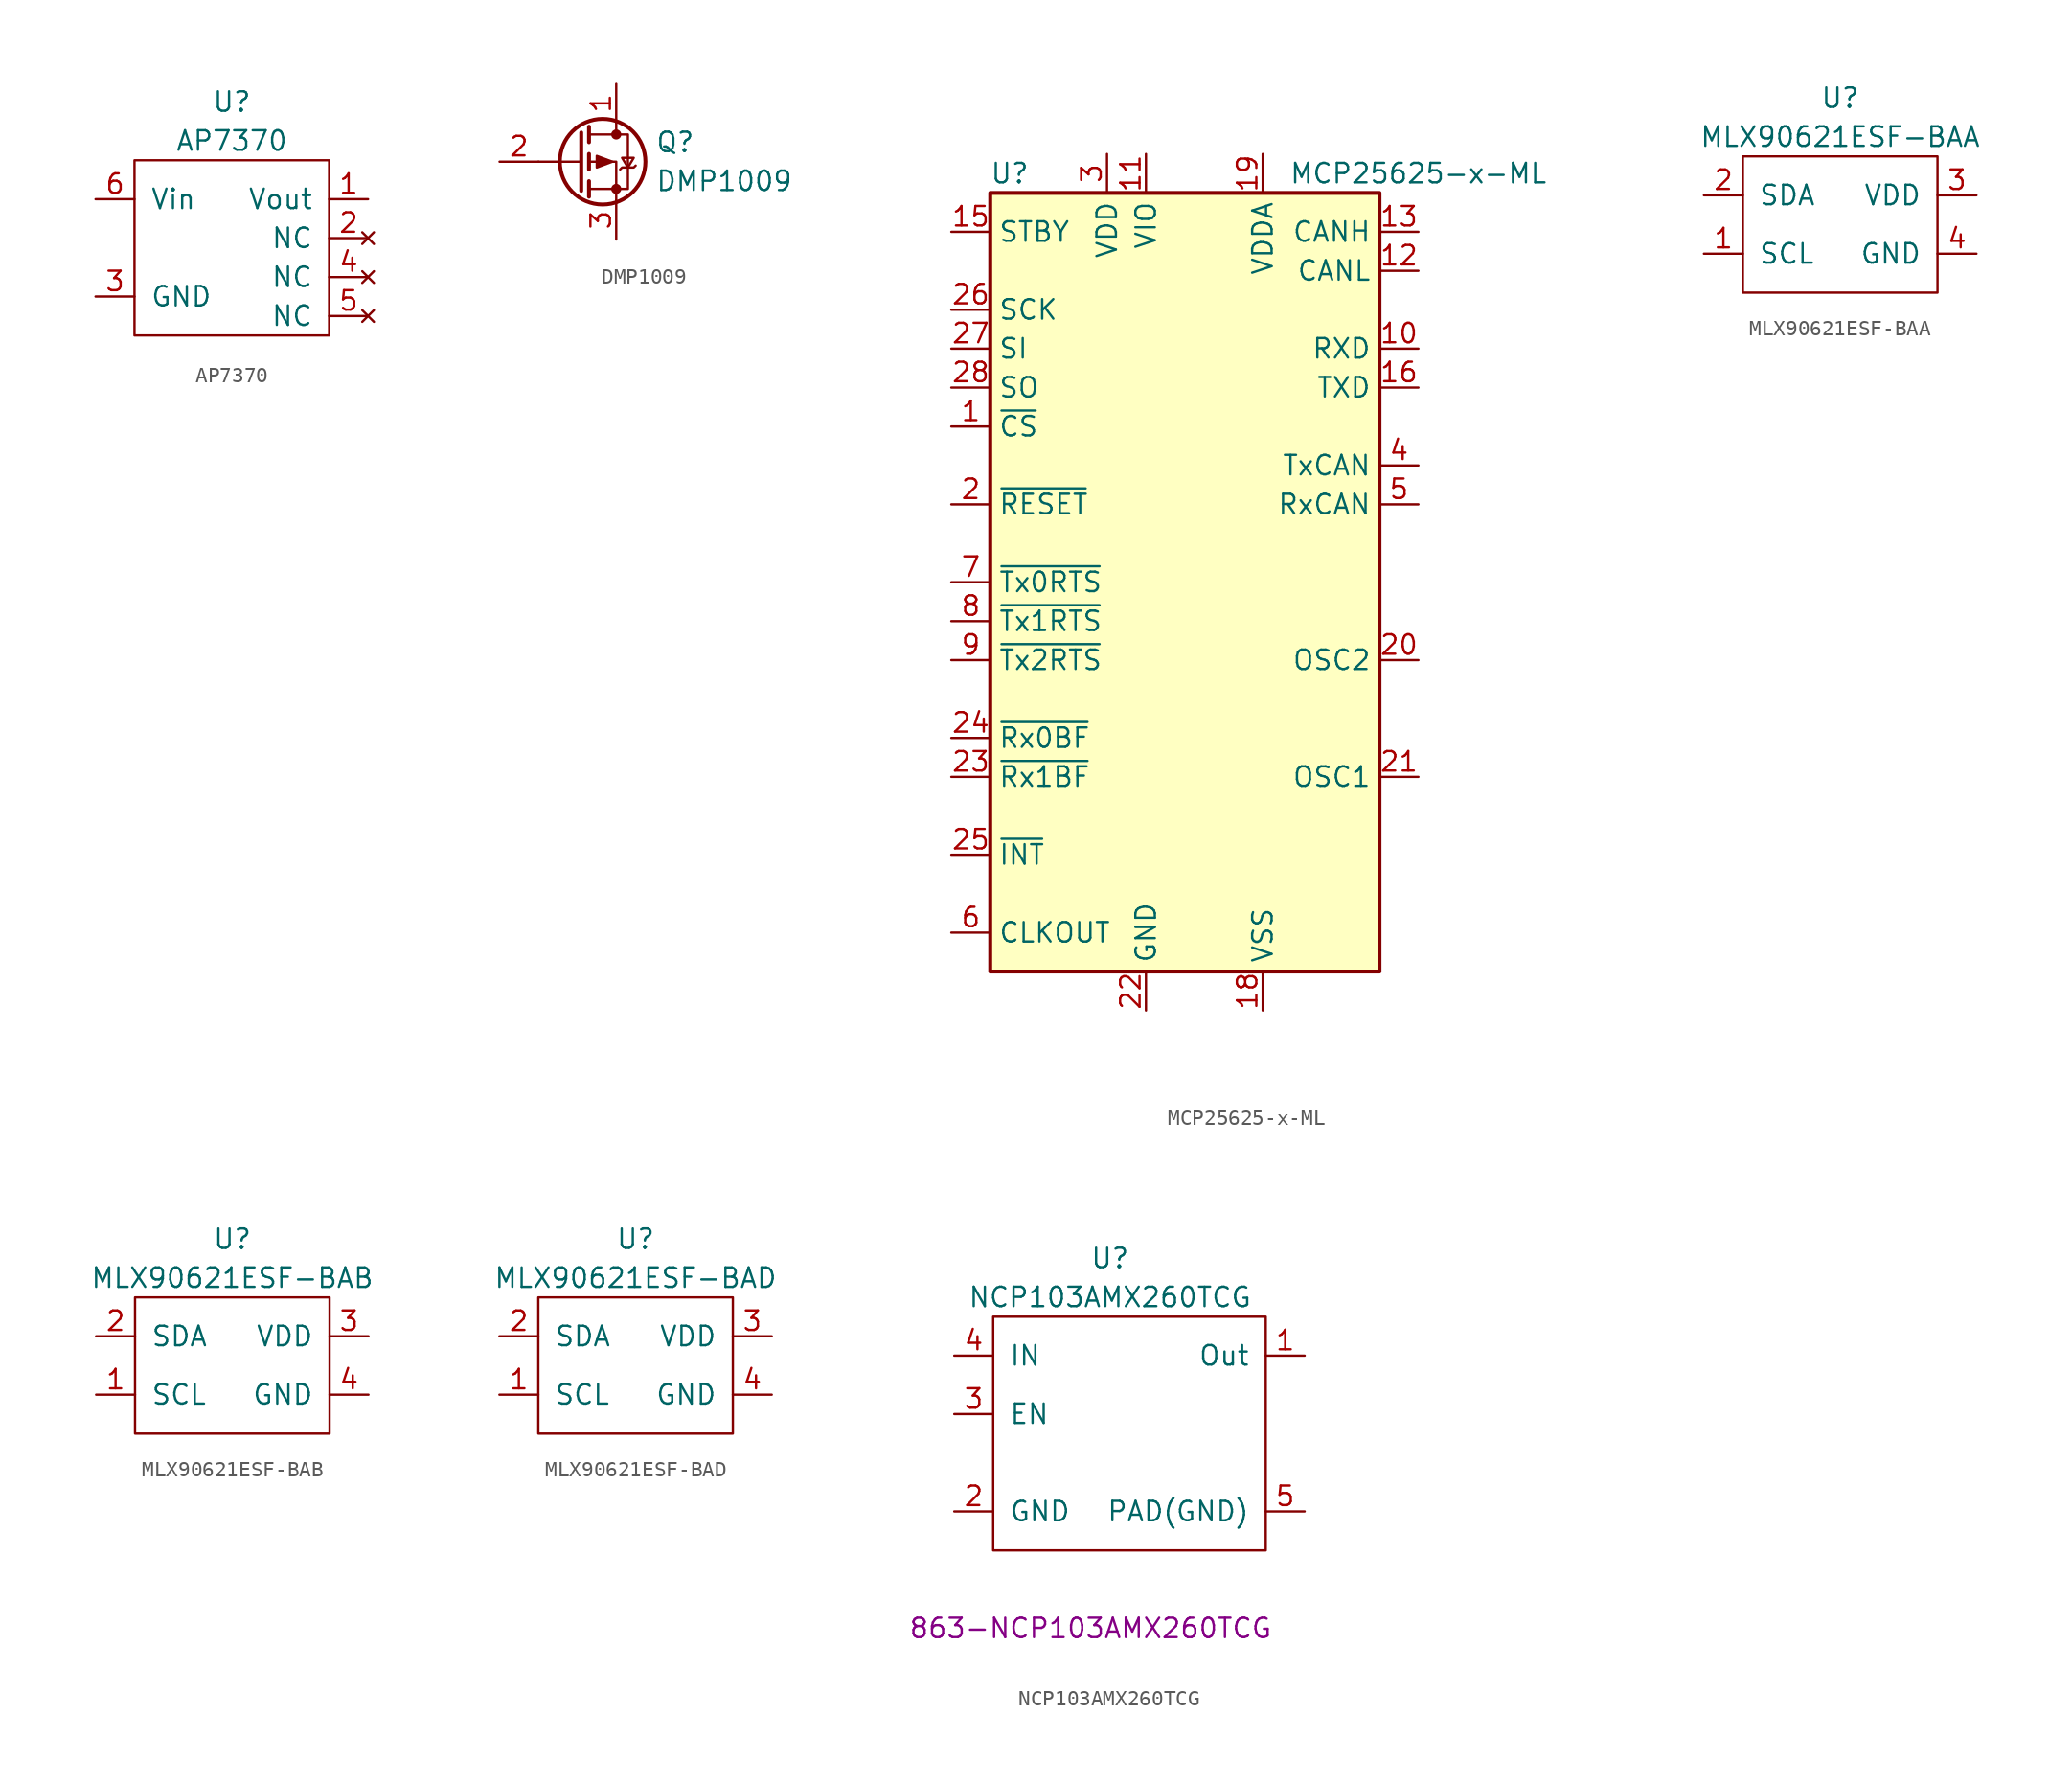
<source format=kicad_sym>
(kicad_symbol_lib
  (version 20231120)
  (generator "kicad_symbol_editor")
  (generator_version "8.0")
  (symbol "AP7370"
    (pin_names
      (offset 1.016))
    (property "Reference" "U"
      (at 0 10.16 0)
      (effects (font (size 1.27 1.27))))
    (property "Value" "AP7370"
      (at 0 7.62 0)
      (effects (font (size 1.27 1.27))))
    (symbol "AP7370_0_1"
      (rectangle (start -6.35 6.35) (end 6.35 -5.08) (stroke (width 0) (type default)) (fill (type none))))
    (symbol "AP7370_1_1"
      (pin power_out line (at 8.89 3.81 180) (length 2.54) (name "Vout" (effects (font (size 1.27 1.27)))) (number "1" (effects (font (size 1.27 1.27)))))
      (pin no_connect line (at 8.89 1.27 180) (length 2.54) (name "NC" (effects (font (size 1.27 1.27)))) (number "2" (effects (font (size 1.27 1.27)))))
      (pin power_in line (at -8.89 -2.54 0) (length 2.54) (name "GND" (effects (font (size 1.27 1.27)))) (number "3" (effects (font (size 1.27 1.27)))))
      (pin no_connect line (at 8.89 -1.27 180) (length 2.54) (name "NC" (effects (font (size 1.27 1.27)))) (number "4" (effects (font (size 1.27 1.27)))))
      (pin no_connect line (at 8.89 -3.81 180) (length 2.54) (name "NC" (effects (font (size 1.27 1.27)))) (number "5" (effects (font (size 1.27 1.27)))))
      (pin power_in line (at -8.89 3.81 0) (length 2.54) (name "Vin" (effects (font (size 1.27 1.27)))) (number "6" (effects (font (size 1.27 1.27)))))))
  (symbol "DMP1009"
    (pin_names
      (offset 0) hide)
    (property "Reference" "Q"
      (at 5.08 1.27 0)
      (effects (font (size 1.27 1.27)) (justify left)))
    (property "Value" "DMP1009"
      (at 5.08 -1.27 0)
      (effects (font (size 1.27 1.27)) (justify left)))
    (symbol "DMP1009_0_1"
      (polyline (pts (xy 0.254 0) (xy -2.54 0)) (stroke (width 0) (type default)) (fill (type none)))
      (polyline (pts (xy 0.254 1.905) (xy 0.254 -1.905)) (stroke (width 0.254) (type default)) (fill (type none)))
      (polyline (pts (xy 0.762 -1.27) (xy 0.762 -2.286)) (stroke (width 0.254) (type default)) (fill (type none)))
      (polyline (pts (xy 0.762 0.508) (xy 0.762 -0.508)) (stroke (width 0.254) (type default)) (fill (type none)))
      (polyline (pts (xy 0.762 2.286) (xy 0.762 1.27)) (stroke (width 0.254) (type default)) (fill (type none)))
      (polyline (pts (xy 2.54 2.54) (xy 2.54 1.778)) (stroke (width 0) (type default)) (fill (type none)))
      (polyline (pts (xy 2.54 -2.54) (xy 2.54 0) (xy 0.762 0)) (stroke (width 0) (type default)) (fill (type none)))
      (polyline (pts (xy 0.762 1.778) (xy 3.302 1.778) (xy 3.302 -1.778) (xy 0.762 -1.778)) (stroke (width 0) (type default)) (fill (type none)))
      (polyline (pts (xy 2.286 0) (xy 1.27 0.381) (xy 1.27 -0.381) (xy 2.286 0)) (stroke (width 0) (type default)) (fill (type outline)))
      (polyline (pts (xy 2.794 -0.508) (xy 2.921 -0.381) (xy 3.683 -0.381) (xy 3.81 -0.254)) (stroke (width 0) (type default)) (fill (type none)))
      (polyline (pts (xy 3.302 -0.381) (xy 2.921 0.254) (xy 3.683 0.254) (xy 3.302 -0.381)) (stroke (width 0) (type default)) (fill (type none)))
      (circle (center 1.651 0) (radius 2.794) (stroke (width 0.254) (type default)) (fill (type none)))
      (circle (center 2.54 -1.778) (radius 0.254) (stroke (width 0) (type default)) (fill (type outline)))
      (circle (center 2.54 1.778) (radius 0.254) (stroke (width 0) (type default)) (fill (type outline))))
    (symbol "DMP1009_1_1"
      (pin passive line (at 2.54 5.08 270) (length 2.54) (name "D" (effects (font (size 1.27 1.27)))) (number "1" (effects (font (size 1.27 1.27)))))
      (pin input line (at -5.08 0 0) (length 2.54) (name "G" (effects (font (size 1.27 1.27)))) (number "2" (effects (font (size 1.27 1.27)))))
      (pin passive line (at 2.54 -5.08 90) (length 2.54) (name "S" (effects (font (size 1.27 1.27)))) (number "3" (effects (font (size 1.27 1.27)))))))
  (symbol "MCP25625-x-ML"
    (property "Reference" "U"
      (at -11.43 26.67 0)
      (effects (font (size 1.27 1.27))))
    (property "Value" "MCP25625-x-ML"
      (at 15.24 26.67 0)
      (effects (font (size 1.27 1.27))))
    (symbol "MCP25625-x-ML_0_1"
      (rectangle (start -12.7 25.4) (end 12.7 -25.4) (stroke (width 0.254) (type default)) (fill (type background))))
    (symbol "MCP25625-x-ML_1_1"
      (pin input line (at -15.24 10.16 0) (length 2.54) (name "~{CS}" (effects (font (size 1.27 1.27)))) (number "1" (effects (font (size 1.27 1.27)))))
      (pin output line (at 15.24 15.24 180) (length 2.54) (name "RXD" (effects (font (size 1.27 1.27)))) (number "10" (effects (font (size 1.27 1.27)))))
      (pin power_in line (at -2.54 27.94 270) (length 2.54) (name "VIO" (effects (font (size 1.27 1.27)))) (number "11" (effects (font (size 1.27 1.27)))))
      (pin bidirectional line (at 15.24 20.32 180) (length 2.54) (name "CANL" (effects (font (size 1.27 1.27)))) (number "12" (effects (font (size 1.27 1.27)))))
      (pin bidirectional line (at 15.24 22.86 180) (length 2.54) (name "CANH" (effects (font (size 1.27 1.27)))) (number "13" (effects (font (size 1.27 1.27)))))
      (pin no_connect line (at 12.7 -17.78 180) (length 2.54) hide (name "NC" (effects (font (size 1.27 1.27)))) (number "14" (effects (font (size 1.27 1.27)))))
      (pin input line (at -15.24 22.86 0) (length 2.54) (name "STBY" (effects (font (size 1.27 1.27)))) (number "15" (effects (font (size 1.27 1.27)))))
      (pin input line (at 15.24 12.7 180) (length 2.54) (name "TXD" (effects (font (size 1.27 1.27)))) (number "16" (effects (font (size 1.27 1.27)))))
      (pin no_connect line (at 12.7 -15.24 180) (length 2.54) hide (name "NC" (effects (font (size 1.27 1.27)))) (number "17" (effects (font (size 1.27 1.27)))))
      (pin power_in line (at 5.08 -27.94 90) (length 2.54) (name "VSS" (effects (font (size 1.27 1.27)))) (number "18" (effects (font (size 1.27 1.27)))))
      (pin power_in line (at 5.08 27.94 270) (length 2.54) (name "VDDA" (effects (font (size 1.27 1.27)))) (number "19" (effects (font (size 1.27 1.27)))))
      (pin input line (at -15.24 5.08 0) (length 2.54) (name "~{RESET}" (effects (font (size 1.27 1.27)))) (number "2" (effects (font (size 1.27 1.27)))))
      (pin output line (at 15.24 -5.08 180) (length 2.54) (name "OSC2" (effects (font (size 1.27 1.27)))) (number "20" (effects (font (size 1.27 1.27)))))
      (pin input line (at 15.24 -12.7 180) (length 2.54) (name "OSC1" (effects (font (size 1.27 1.27)))) (number "21" (effects (font (size 1.27 1.27)))))
      (pin power_in line (at -2.54 -27.94 90) (length 2.54) (name "GND" (effects (font (size 1.27 1.27)))) (number "22" (effects (font (size 1.27 1.27)))))
      (pin output line (at -15.24 -12.7 0) (length 2.54) (name "~{Rx1BF}" (effects (font (size 1.27 1.27)))) (number "23" (effects (font (size 1.27 1.27)))))
      (pin output line (at -15.24 -10.16 0) (length 2.54) (name "~{Rx0BF}" (effects (font (size 1.27 1.27)))) (number "24" (effects (font (size 1.27 1.27)))))
      (pin output line (at -15.24 -17.78 0) (length 2.54) (name "~{INT}" (effects (font (size 1.27 1.27)))) (number "25" (effects (font (size 1.27 1.27)))))
      (pin input line (at -15.24 17.78 0) (length 2.54) (name "SCK" (effects (font (size 1.27 1.27)))) (number "26" (effects (font (size 1.27 1.27)))))
      (pin input line (at -15.24 15.24 0) (length 2.54) (name "SI" (effects (font (size 1.27 1.27)))) (number "27" (effects (font (size 1.27 1.27)))))
      (pin output line (at -15.24 12.7 0) (length 2.54) (name "SO" (effects (font (size 1.27 1.27)))) (number "28" (effects (font (size 1.27 1.27)))))
      (pin power_in line (at -5.08 27.94 270) (length 2.54) (name "VDD" (effects (font (size 1.27 1.27)))) (number "3" (effects (font (size 1.27 1.27)))))
      (pin output line (at 15.24 7.62 180) (length 2.54) (name "TxCAN" (effects (font (size 1.27 1.27)))) (number "4" (effects (font (size 1.27 1.27)))))
      (pin input line (at 15.24 5.08 180) (length 2.54) (name "RxCAN" (effects (font (size 1.27 1.27)))) (number "5" (effects (font (size 1.27 1.27)))))
      (pin output line (at -15.24 -22.86 0) (length 2.54) (name "CLKOUT" (effects (font (size 1.27 1.27)))) (number "6" (effects (font (size 1.27 1.27)))))
      (pin input line (at -15.24 0 0) (length 2.54) (name "~{Tx0RTS}" (effects (font (size 1.27 1.27)))) (number "7" (effects (font (size 1.27 1.27)))))
      (pin input line (at -15.24 -2.54 0) (length 2.54) (name "~{Tx1RTS}" (effects (font (size 1.27 1.27)))) (number "8" (effects (font (size 1.27 1.27)))))
      (pin input line (at -15.24 -5.08 0) (length 2.54) (name "~{Tx2RTS}" (effects (font (size 1.27 1.27)))) (number "9" (effects (font (size 1.27 1.27)))))))
  (symbol "MLX90621ESF-BAA"
    (pin_names
      (offset 1.016))
    (property "Reference" "U"
      (at 0 8.89 0)
      (effects (font (size 1.27 1.27))))
    (property "Value" "MLX90621ESF-BAA"
      (at 0 6.35 0)
      (effects (font (size 1.27 1.27))))
    (symbol "MLX90621ESF-BAA_0_1"
      (rectangle (start -6.35 5.08) (end 6.35 -3.81) (stroke (width 0) (type default)) (fill (type none))))
    (symbol "MLX90621ESF-BAA_1_1"
      (pin input line (at -8.89 -1.27 0) (length 2.54) (name "SCL" (effects (font (size 1.27 1.27)))) (number "1" (effects (font (size 1.27 1.27)))))
      (pin input line (at -8.89 2.54 0) (length 2.54) (name "SDA" (effects (font (size 1.27 1.27)))) (number "2" (effects (font (size 1.27 1.27)))))
      (pin power_in line (at 8.89 2.54 180) (length 2.54) (name "VDD" (effects (font (size 1.27 1.27)))) (number "3" (effects (font (size 1.27 1.27)))))
      (pin power_in line (at 8.89 -1.27 180) (length 2.54) (name "GND" (effects (font (size 1.27 1.27)))) (number "4" (effects (font (size 1.27 1.27)))))))
  (symbol "MLX90621ESF-BAB"
    (pin_names
      (offset 1.016))
    (property "Reference" "U"
      (at 0 8.89 0)
      (effects (font (size 1.27 1.27))))
    (property "Value" "MLX90621ESF-BAB"
      (at 0 6.35 0)
      (effects (font (size 1.27 1.27))))
    (symbol "MLX90621ESF-BAB_0_1"
      (rectangle (start -6.35 5.08) (end 6.35 -3.81) (stroke (width 0) (type default)) (fill (type none))))
    (symbol "MLX90621ESF-BAB_1_1"
      (pin input line (at -8.89 -1.27 0) (length 2.54) (name "SCL" (effects (font (size 1.27 1.27)))) (number "1" (effects (font (size 1.27 1.27)))))
      (pin input line (at -8.89 2.54 0) (length 2.54) (name "SDA" (effects (font (size 1.27 1.27)))) (number "2" (effects (font (size 1.27 1.27)))))
      (pin power_in line (at 8.89 2.54 180) (length 2.54) (name "VDD" (effects (font (size 1.27 1.27)))) (number "3" (effects (font (size 1.27 1.27)))))
      (pin power_in line (at 8.89 -1.27 180) (length 2.54) (name "GND" (effects (font (size 1.27 1.27)))) (number "4" (effects (font (size 1.27 1.27)))))))
  (symbol "MLX90621ESF-BAD"
    (pin_names
      (offset 1.016))
    (property "Reference" "U"
      (at 0 8.89 0)
      (effects (font (size 1.27 1.27))))
    (property "Value" "MLX90621ESF-BAD"
      (at 0 6.35 0)
      (effects (font (size 1.27 1.27))))
    (symbol "MLX90621ESF-BAD_0_1"
      (rectangle (start -6.35 5.08) (end 6.35 -3.81) (stroke (width 0) (type default)) (fill (type none))))
    (symbol "MLX90621ESF-BAD_1_1"
      (pin input line (at -8.89 -1.27 0) (length 2.54) (name "SCL" (effects (font (size 1.27 1.27)))) (number "1" (effects (font (size 1.27 1.27)))))
      (pin input line (at -8.89 2.54 0) (length 2.54) (name "SDA" (effects (font (size 1.27 1.27)))) (number "2" (effects (font (size 1.27 1.27)))))
      (pin power_in line (at 8.89 2.54 180) (length 2.54) (name "VDD" (effects (font (size 1.27 1.27)))) (number "3" (effects (font (size 1.27 1.27)))))
      (pin power_in line (at 8.89 -1.27 180) (length 2.54) (name "GND" (effects (font (size 1.27 1.27)))) (number "4" (effects (font (size 1.27 1.27)))))))
  (symbol "NCP103AMX260TCG"
    (pin_names
      (offset 1.016))
    (property "Reference" "U"
      (at 0 11.43 0)
      (effects (font (size 1.27 1.27))))
    (property "Value" "NCP103AMX260TCG"
      (at 0 8.89 0)
      (effects (font (size 1.27 1.27))))
    (property "Mouser" "863-NCP103AMX260TCG"
      (at -1.27 -12.7 0)
      (effects (font (size 1.27 1.27))))
    (symbol "NCP103AMX260TCG_0_1"
      (rectangle (start -7.62 7.62) (end 10.16 -7.62) (stroke (width 0) (type default)) (fill (type none))))
    (symbol "NCP103AMX260TCG_1_1"
      (pin power_out line (at 12.7 5.08 180) (length 2.54) (name "Out" (effects (font (size 1.27 1.27)))) (number "1" (effects (font (size 1.27 1.27)))))
      (pin power_in line (at -10.16 -5.08 0) (length 2.54) (name "GND" (effects (font (size 1.27 1.27)))) (number "2" (effects (font (size 1.27 1.27)))))
      (pin input line (at -10.16 1.27 0) (length 2.54) (name "EN" (effects (font (size 1.27 1.27)))) (number "3" (effects (font (size 1.27 1.27)))))
      (pin power_in line (at -10.16 5.08 0) (length 2.54) (name "IN" (effects (font (size 1.27 1.27)))) (number "4" (effects (font (size 1.27 1.27)))))
      (pin power_in line (at 12.7 -5.08 180) (length 2.54) (name "PAD(GND)" (effects (font (size 1.27 1.27)))) (number "5" (effects (font (size 1.27 1.27))))))))
</source>
